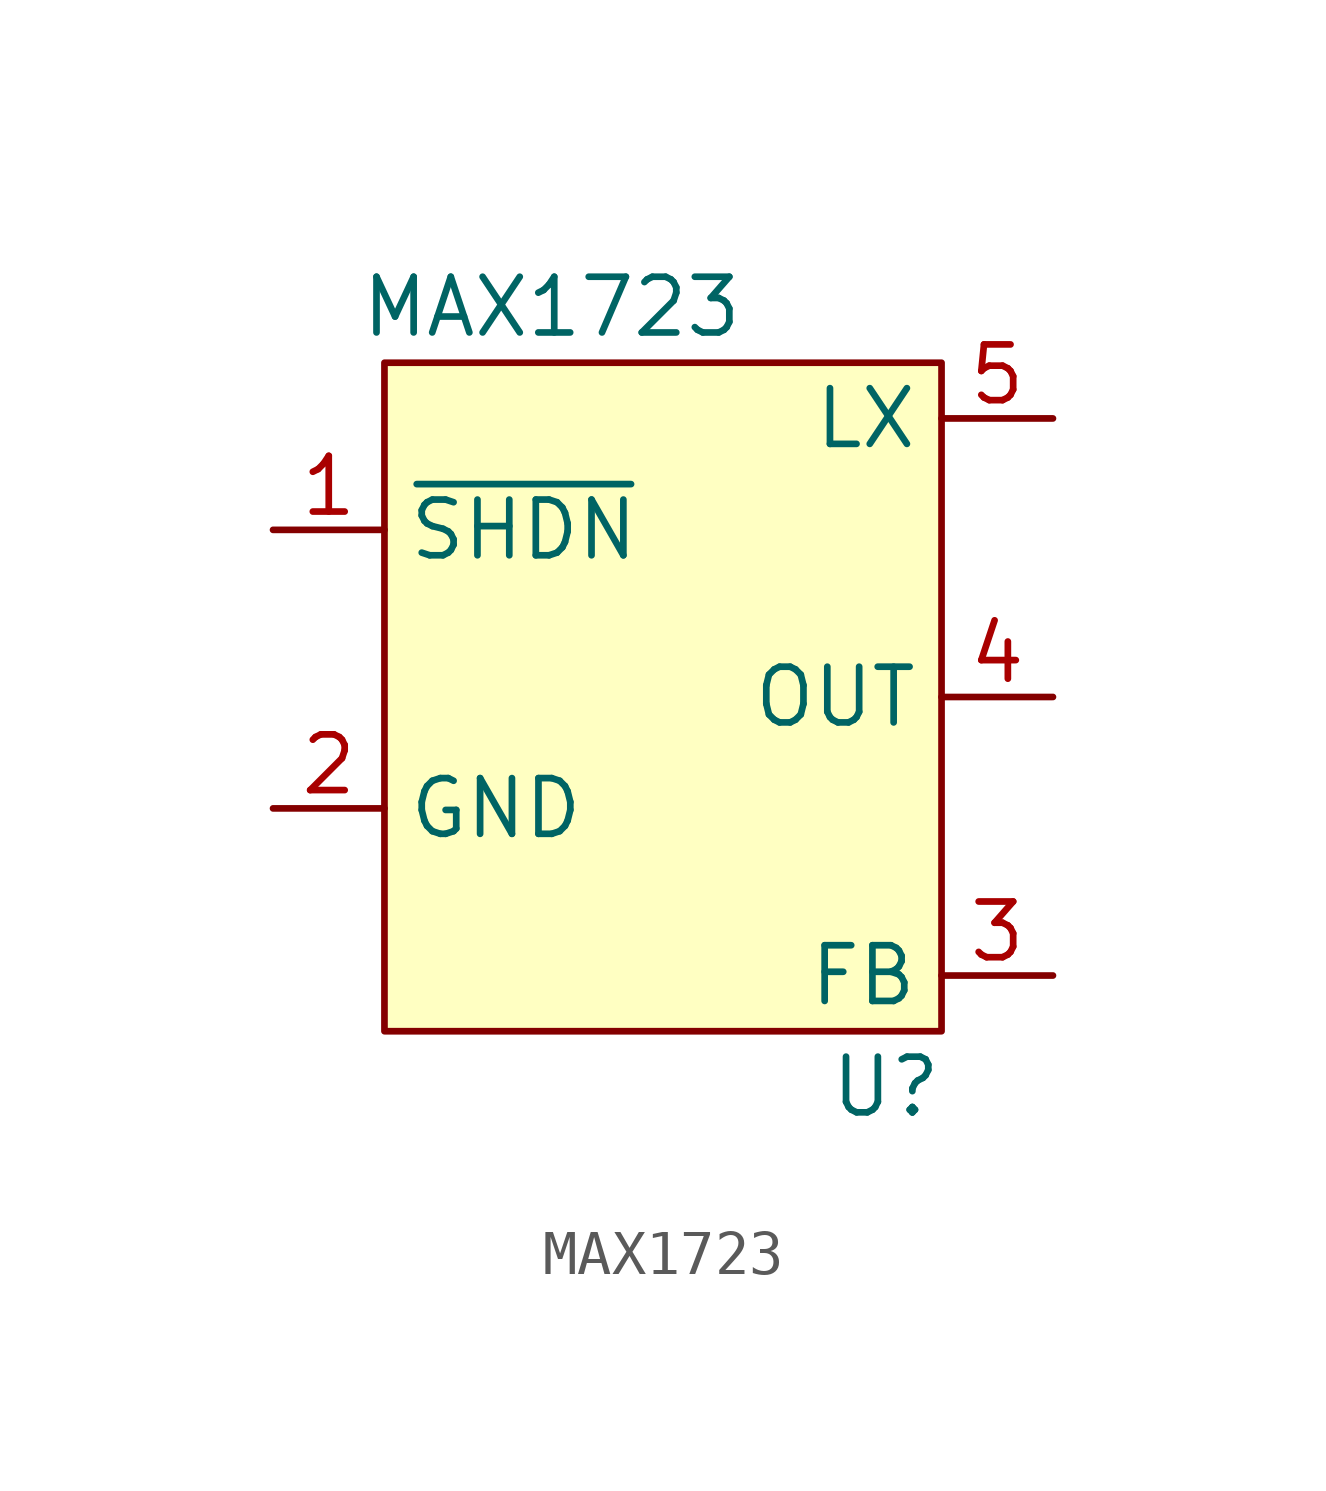
<source format=kicad_sym>
(kicad_symbol_lib
  (version 20220914)
  (generator kicad_symbol_editor)
  (symbol "MAX1723"
    (property "Reference" "U"
      (at 2.54 -6.35 0)
      (effects (font (size 1.27 1.27))))
    (property "Value" "MAX1723"
      (at -5.08 11.43 0)
      (effects (font (size 1.27 1.27))))
    (symbol "MAX1723_0_1"
      (rectangle (start -8.89 10.16) (end 3.81 -5.08) (stroke (width 0) (type default)) (fill (type background))))
    (symbol "MAX1723_1_1"
      (pin input line (at -11.43 6.35 0) (length 2.54) (name "~{SHDN}" (effects (font (size 1.27 1.27)))) (number "1" (effects (font (size 1.27 1.27)))))
      (pin passive line (at -11.43 0 0) (length 2.54) (name "GND" (effects (font (size 1.27 1.27)))) (number "2" (effects (font (size 1.27 1.27)))))
      (pin input line (at 6.35 -3.81 180) (length 2.54) (name "FB" (effects (font (size 1.27 1.27)))) (number "3" (effects (font (size 1.27 1.27)))))
      (pin power_out line (at 6.35 2.54 180) (length 2.54) (name "OUT" (effects (font (size 1.27 1.27)))) (number "4" (effects (font (size 1.27 1.27)))))
      (pin passive line (at 6.35 8.89 180) (length 2.54) (name "LX" (effects (font (size 1.27 1.27)))) (number "5" (effects (font (size 1.27 1.27))))))))
</source>
